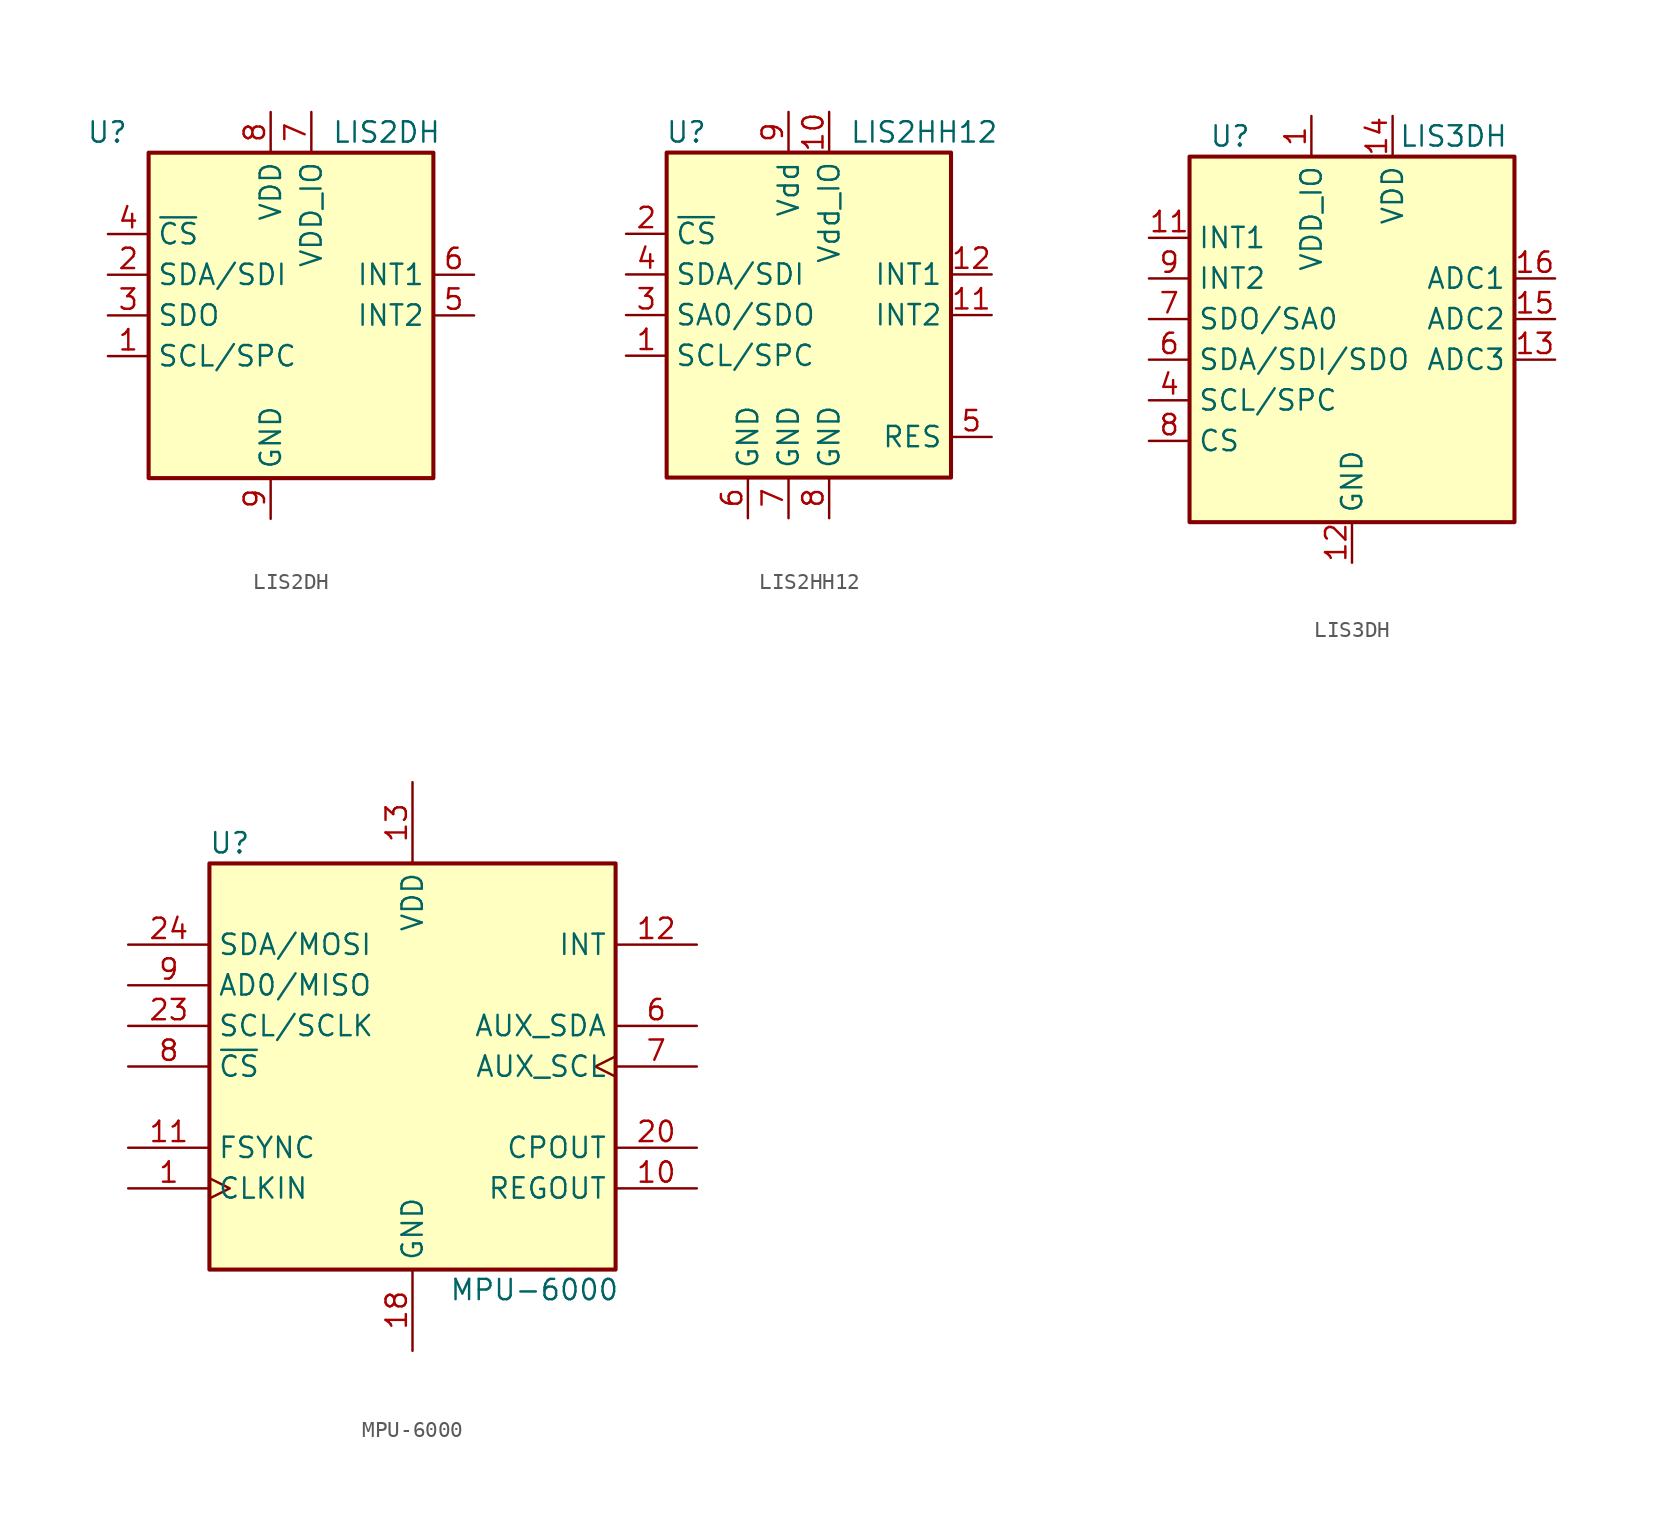
<source format=kicad_sym>
(kicad_symbol_lib
  (version 20220914)
  (generator kicad_symbol_editor)
  (symbol "LIS2DH"
    (property "Reference" "U"
      (at -8.89 11.43 0)
      (effects (font (size 1.27 1.27)) (justify right)))
    (property "Value" "LIS2DH"
      (at 3.81 11.43 0)
      (effects (font (size 1.27 1.27)) (justify left)))
    (symbol "LIS2DH_0_1"
      (rectangle (start -7.62 10.16) (end 10.16 -10.16) (stroke (width 0.254) (type default)) (fill (type background))))
    (symbol "LIS2DH_1_1"
      (pin input line (at -10.16 -2.54 0) (length 2.54) (name "SCL/SPC" (effects (font (size 1.27 1.27)))) (number "1" (effects (font (size 1.27 1.27)))))
      (pin passive line (at 0 -12.7 90) (length 2.54) hide (name "GND" (effects (font (size 1.27 1.27)))) (number "10" (effects (font (size 1.27 1.27)))))
      (pin passive line (at 0 -12.7 90) (length 2.54) hide (name "GND" (effects (font (size 1.27 1.27)))) (number "11" (effects (font (size 1.27 1.27)))))
      (pin passive line (at 0 -12.7 90) (length 2.54) hide (name "GND" (effects (font (size 1.27 1.27)))) (number "12" (effects (font (size 1.27 1.27)))))
      (pin passive line (at 0 -12.7 90) (length 2.54) hide (name "GND" (effects (font (size 1.27 1.27)))) (number "13" (effects (font (size 1.27 1.27)))))
      (pin passive line (at 0 -12.7 90) (length 2.54) hide (name "GND" (effects (font (size 1.27 1.27)))) (number "14" (effects (font (size 1.27 1.27)))))
      (pin bidirectional line (at -10.16 2.54 0) (length 2.54) (name "SDA/SDI" (effects (font (size 1.27 1.27)))) (number "2" (effects (font (size 1.27 1.27)))))
      (pin bidirectional line (at -10.16 0 0) (length 2.54) (name "SDO" (effects (font (size 1.27 1.27)))) (number "3" (effects (font (size 1.27 1.27)))) (alternate "SA0" passive line))
      (pin input line (at -10.16 5.08 0) (length 2.54) (name "~{CS}" (effects (font (size 1.27 1.27)))) (number "4" (effects (font (size 1.27 1.27)))))
      (pin output line (at 12.7 0 180) (length 2.54) (name "INT2" (effects (font (size 1.27 1.27)))) (number "5" (effects (font (size 1.27 1.27)))))
      (pin output line (at 12.7 2.54 180) (length 2.54) (name "INT1" (effects (font (size 1.27 1.27)))) (number "6" (effects (font (size 1.27 1.27)))))
      (pin power_in line (at 2.54 12.7 270) (length 2.54) (name "VDD_IO" (effects (font (size 1.27 1.27)))) (number "7" (effects (font (size 1.27 1.27)))))
      (pin power_in line (at 0 12.7 270) (length 2.54) (name "VDD" (effects (font (size 1.27 1.27)))) (number "8" (effects (font (size 1.27 1.27)))))
      (pin power_in line (at 0 -12.7 90) (length 2.54) (name "GND" (effects (font (size 1.27 1.27)))) (number "9" (effects (font (size 1.27 1.27)))))))
  (symbol "LIS2HH12"
    (property "Reference" "U"
      (at -5.08 11.43 0)
      (effects (font (size 1.27 1.27)) (justify right)))
    (property "Value" "LIS2HH12"
      (at 3.81 11.43 0)
      (effects (font (size 1.27 1.27)) (justify left)))
    (symbol "LIS2HH12_0_1"
      (rectangle (start -7.62 10.16) (end 10.16 -10.16) (stroke (width 0.254) (type default)) (fill (type background))))
    (symbol "LIS2HH12_1_1"
      (pin input line (at -10.16 -2.54 0) (length 2.54) (name "SCL/SPC" (effects (font (size 1.27 1.27)))) (number "1" (effects (font (size 1.27 1.27)))))
      (pin power_in line (at 2.54 12.7 270) (length 2.54) (name "Vdd_IO" (effects (font (size 1.27 1.27)))) (number "10" (effects (font (size 1.27 1.27)))))
      (pin output line (at 12.7 0 180) (length 2.54) (name "INT2" (effects (font (size 1.27 1.27)))) (number "11" (effects (font (size 1.27 1.27)))))
      (pin output line (at 12.7 2.54 180) (length 2.54) (name "INT1" (effects (font (size 1.27 1.27)))) (number "12" (effects (font (size 1.27 1.27)))))
      (pin input line (at -10.16 5.08 0) (length 2.54) (name "~{CS}" (effects (font (size 1.27 1.27)))) (number "2" (effects (font (size 1.27 1.27)))))
      (pin bidirectional line (at -10.16 0 0) (length 2.54) (name "SA0/SDO" (effects (font (size 1.27 1.27)))) (number "3" (effects (font (size 1.27 1.27)))))
      (pin bidirectional line (at -10.16 2.54 0) (length 2.54) (name "SDA/SDI" (effects (font (size 1.27 1.27)))) (number "4" (effects (font (size 1.27 1.27)))))
      (pin passive line (at 12.7 -7.62 180) (length 2.54) (name "RES" (effects (font (size 1.27 1.27)))) (number "5" (effects (font (size 1.27 1.27)))))
      (pin power_in line (at -2.54 -12.7 90) (length 2.54) (name "GND" (effects (font (size 1.27 1.27)))) (number "6" (effects (font (size 1.27 1.27)))))
      (pin power_in line (at 0 -12.7 90) (length 2.54) (name "GND" (effects (font (size 1.27 1.27)))) (number "7" (effects (font (size 1.27 1.27)))))
      (pin power_in line (at 2.54 -12.7 90) (length 2.54) (name "GND" (effects (font (size 1.27 1.27)))) (number "8" (effects (font (size 1.27 1.27)))))
      (pin power_in line (at 0 12.7 270) (length 2.54) (name "Vdd" (effects (font (size 1.27 1.27)))) (number "9" (effects (font (size 1.27 1.27)))))))
  (symbol "LIS3DH"
    (property "Reference" "U"
      (at -7.62 11.43 0)
      (effects (font (size 1.27 1.27))))
    (property "Value" "LIS3DH"
      (at 6.35 11.43 0)
      (effects (font (size 1.27 1.27))))
    (symbol "LIS3DH_0_1"
      (rectangle (start -10.16 10.16) (end 10.16 -12.7) (stroke (width 0.254) (type default)) (fill (type background))))
    (symbol "LIS3DH_1_1"
      (pin power_in line (at -2.54 12.7 270) (length 2.54) (name "VDD_IO" (effects (font (size 1.27 1.27)))) (number "1" (effects (font (size 1.27 1.27)))))
      (pin passive line (at 0 -15.24 90) (length 2.54) hide (name "GND" (effects (font (size 1.27 1.27)))) (number "10" (effects (font (size 1.27 1.27)))))
      (pin output line (at -12.7 5.08 0) (length 2.54) (name "INT1" (effects (font (size 1.27 1.27)))) (number "11" (effects (font (size 1.27 1.27)))))
      (pin power_in line (at 0 -15.24 90) (length 2.54) (name "GND" (effects (font (size 1.27 1.27)))) (number "12" (effects (font (size 1.27 1.27)))))
      (pin input line (at 12.7 -2.54 180) (length 2.54) (name "ADC3" (effects (font (size 1.27 1.27)))) (number "13" (effects (font (size 1.27 1.27)))))
      (pin power_in line (at 2.54 12.7 270) (length 2.54) (name "VDD" (effects (font (size 1.27 1.27)))) (number "14" (effects (font (size 1.27 1.27)))))
      (pin input line (at 12.7 0 180) (length 2.54) (name "ADC2" (effects (font (size 1.27 1.27)))) (number "15" (effects (font (size 1.27 1.27)))))
      (pin input line (at 12.7 2.54 180) (length 2.54) (name "ADC1" (effects (font (size 1.27 1.27)))) (number "16" (effects (font (size 1.27 1.27)))))
      (pin no_connect line (at 10.16 5.08 180) (length 2.54) hide (name "NC" (effects (font (size 1.27 1.27)))) (number "2" (effects (font (size 1.27 1.27)))))
      (pin no_connect line (at 10.16 7.62 180) (length 2.54) hide (name "NC" (effects (font (size 1.27 1.27)))) (number "3" (effects (font (size 1.27 1.27)))))
      (pin input line (at -12.7 -5.08 0) (length 2.54) (name "SCL/SPC" (effects (font (size 1.27 1.27)))) (number "4" (effects (font (size 1.27 1.27)))))
      (pin passive line (at 0 -15.24 90) (length 2.54) hide (name "GND" (effects (font (size 1.27 1.27)))) (number "5" (effects (font (size 1.27 1.27)))))
      (pin bidirectional line (at -12.7 -2.54 0) (length 2.54) (name "SDA/SDI/SDO" (effects (font (size 1.27 1.27)))) (number "6" (effects (font (size 1.27 1.27)))))
      (pin bidirectional line (at -12.7 0 0) (length 2.54) (name "SDO/SA0" (effects (font (size 1.27 1.27)))) (number "7" (effects (font (size 1.27 1.27)))))
      (pin input line (at -12.7 -7.62 0) (length 2.54) (name "CS" (effects (font (size 1.27 1.27)))) (number "8" (effects (font (size 1.27 1.27)))))
      (pin output line (at -12.7 2.54 0) (length 2.54) (name "INT2" (effects (font (size 1.27 1.27)))) (number "9" (effects (font (size 1.27 1.27)))))))
  (symbol "MPU-6000"
    (property "Reference" "U"
      (at -11.43 13.97 0)
      (effects (font (size 1.27 1.27))))
    (property "Value" "MPU-6000"
      (at 7.62 -13.97 0)
      (effects (font (size 1.27 1.27))))
    (symbol "MPU-6000_0_1"
      (rectangle (start -12.7 12.7) (end 12.7 -12.7) (stroke (width 0.254) (type default)) (fill (type background))))
    (symbol "MPU-6000_1_1"
      (pin input clock (at -17.78 -7.62 0) (length 5.08) (name "CLKIN" (effects (font (size 1.27 1.27)))) (number "1" (effects (font (size 1.27 1.27)))))
      (pin passive line (at 17.78 -7.62 180) (length 5.08) (name "REGOUT" (effects (font (size 1.27 1.27)))) (number "10" (effects (font (size 1.27 1.27)))))
      (pin input line (at -17.78 -5.08 0) (length 5.08) (name "FSYNC" (effects (font (size 1.27 1.27)))) (number "11" (effects (font (size 1.27 1.27)))))
      (pin output line (at 17.78 7.62 180) (length 5.08) (name "INT" (effects (font (size 1.27 1.27)))) (number "12" (effects (font (size 1.27 1.27)))))
      (pin power_in line (at 0 17.78 270) (length 5.08) (name "VDD" (effects (font (size 1.27 1.27)))) (number "13" (effects (font (size 1.27 1.27)))))
      (pin power_in line (at 0 -17.78 90) (length 5.08) (name "GND" (effects (font (size 1.27 1.27)))) (number "18" (effects (font (size 1.27 1.27)))))
      (pin passive line (at 17.78 -5.08 180) (length 5.08) (name "CPOUT" (effects (font (size 1.27 1.27)))) (number "20" (effects (font (size 1.27 1.27)))))
      (pin input line (at -17.78 2.54 0) (length 5.08) (name "SCL/SCLK" (effects (font (size 1.27 1.27)))) (number "23" (effects (font (size 1.27 1.27)))))
      (pin bidirectional line (at -17.78 7.62 0) (length 5.08) (name "SDA/MOSI" (effects (font (size 1.27 1.27)))) (number "24" (effects (font (size 1.27 1.27)))))
      (pin bidirectional line (at 17.78 2.54 180) (length 5.08) (name "AUX_SDA" (effects (font (size 1.27 1.27)))) (number "6" (effects (font (size 1.27 1.27)))))
      (pin output clock (at 17.78 0 180) (length 5.08) (name "AUX_SCL" (effects (font (size 1.27 1.27)))) (number "7" (effects (font (size 1.27 1.27)))))
      (pin input line (at -17.78 0 0) (length 5.08) (name "~{CS}" (effects (font (size 1.27 1.27)))) (number "8" (effects (font (size 1.27 1.27)))))
      (pin bidirectional line (at -17.78 5.08 0) (length 5.08) (name "AD0/MISO" (effects (font (size 1.27 1.27)))) (number "9" (effects (font (size 1.27 1.27))))))))
</source>
